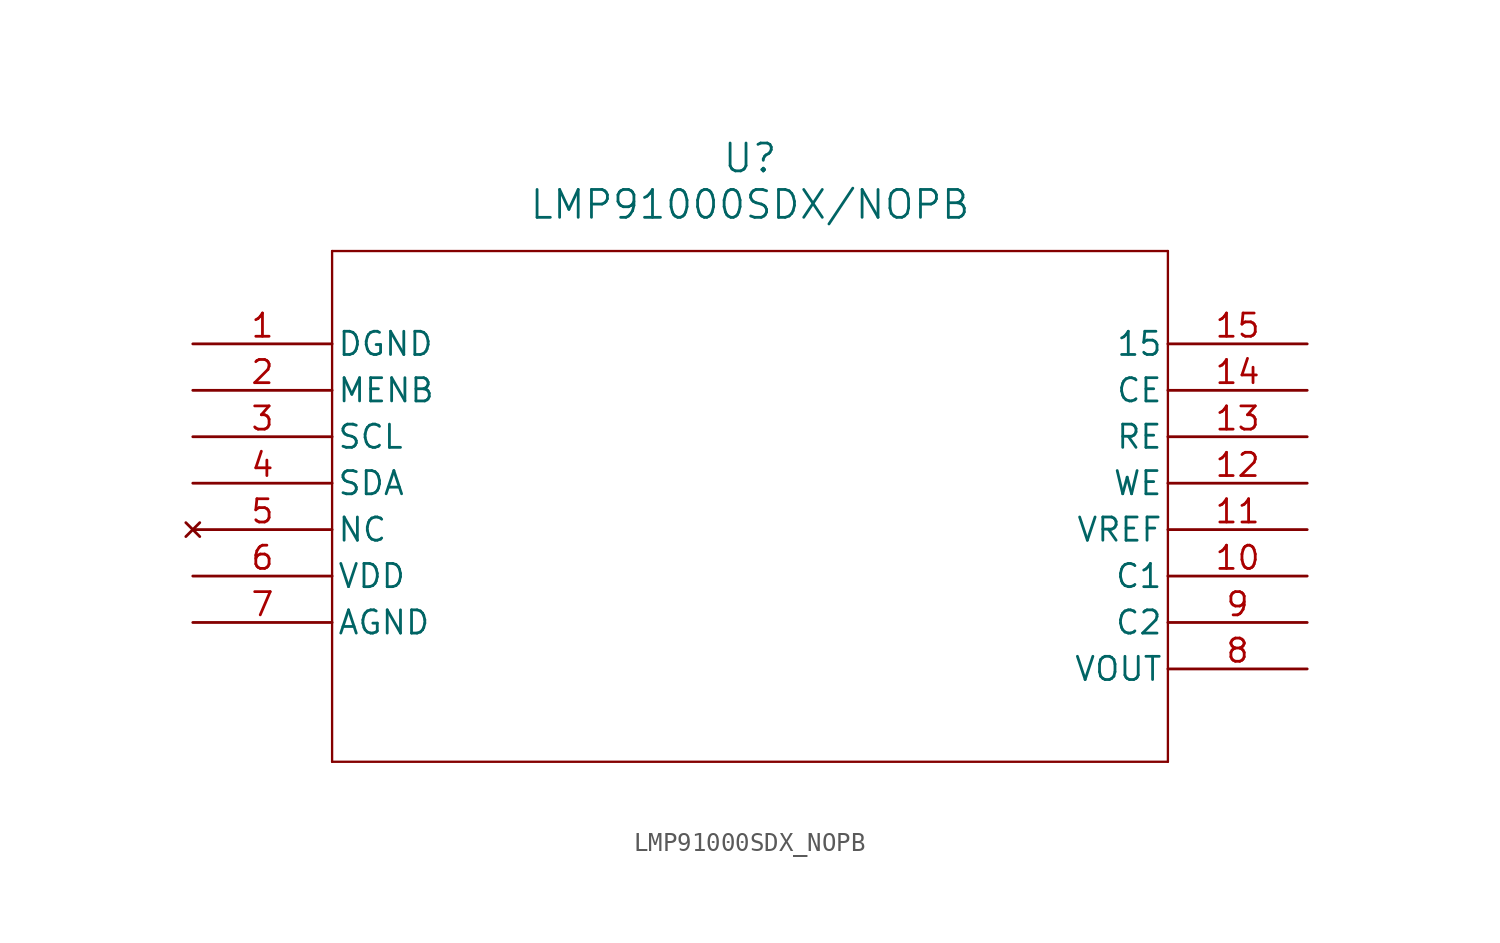
<source format=kicad_sym>
(kicad_symbol_lib
  (version 20211014)
  (generator kicad_symbol_editor)
  (symbol "LMP91000SDX_NOPB"
    (pin_names
      (offset 0.254))
    (property "Reference" "U"
      (at 30.48 10.16 0)
      (effects (font (size 1.524 1.524))))
    (property "Value" "LMP91000SDX/NOPB"
      (at 30.48 7.62 0)
      (effects (font (size 1.524 1.524))))
    (symbol "LMP91000SDX_NOPB_0_1"
      (polyline (pts (xy 7.62 5.08) (xy 7.62 -22.86)) (stroke (width 0.127) (type default) (color 0 0 0 0)) (fill (type none)))
      (polyline (pts (xy 7.62 -22.86) (xy 53.34 -22.86)) (stroke (width 0.127) (type default) (color 0 0 0 0)) (fill (type none)))
      (polyline (pts (xy 53.34 -22.86) (xy 53.34 5.08)) (stroke (width 0.127) (type default) (color 0 0 0 0)) (fill (type none)))
      (polyline (pts (xy 53.34 5.08) (xy 7.62 5.08)) (stroke (width 0.127) (type default) (color 0 0 0 0)) (fill (type none)))
      (pin power_in line (at 0 0 0) (length 7.62) (name "DGND" (effects (font (size 1.27 1.27)))) (number "1" (effects (font (size 1.27 1.27)))))
      (pin unspecified line (at 0 -2.54 0) (length 7.62) (name "MENB" (effects (font (size 1.27 1.27)))) (number "2" (effects (font (size 1.27 1.27)))))
      (pin unspecified line (at 0 -5.08 0) (length 7.62) (name "SCL" (effects (font (size 1.27 1.27)))) (number "3" (effects (font (size 1.27 1.27)))))
      (pin unspecified line (at 0 -7.62 0) (length 7.62) (name "SDA" (effects (font (size 1.27 1.27)))) (number "4" (effects (font (size 1.27 1.27)))))
      (pin no_connect line (at 0 -10.16 0) (length 7.62) (name "NC" (effects (font (size 1.27 1.27)))) (number "5" (effects (font (size 1.27 1.27)))))
      (pin power_in line (at 0 -12.7 0) (length 7.62) (name "VDD" (effects (font (size 1.27 1.27)))) (number "6" (effects (font (size 1.27 1.27)))))
      (pin power_in line (at 0 -15.24 0) (length 7.62) (name "AGND" (effects (font (size 1.27 1.27)))) (number "7" (effects (font (size 1.27 1.27)))))
      (pin output line (at 60.96 -17.78 180) (length 7.62) (name "VOUT" (effects (font (size 1.27 1.27)))) (number "8" (effects (font (size 1.27 1.27)))))
      (pin unspecified line (at 60.96 -15.24 180) (length 7.62) (name "C2" (effects (font (size 1.27 1.27)))) (number "9" (effects (font (size 1.27 1.27)))))
      (pin unspecified line (at 60.96 -12.7 180) (length 7.62) (name "C1" (effects (font (size 1.27 1.27)))) (number "10" (effects (font (size 1.27 1.27)))))
      (pin input line (at 60.96 -10.16 180) (length 7.62) (name "VREF" (effects (font (size 1.27 1.27)))) (number "11" (effects (font (size 1.27 1.27)))))
      (pin output line (at 60.96 -7.62 180) (length 7.62) (name "WE" (effects (font (size 1.27 1.27)))) (number "12" (effects (font (size 1.27 1.27)))))
      (pin input line (at 60.96 -5.08 180) (length 7.62) (name "RE" (effects (font (size 1.27 1.27)))) (number "13" (effects (font (size 1.27 1.27)))))
      (pin output line (at 60.96 -2.54 180) (length 7.62) (name "CE" (effects (font (size 1.27 1.27)))) (number "14" (effects (font (size 1.27 1.27)))))
      (pin unspecified line (at 60.96 0 180) (length 7.62) (name "15" (effects (font (size 1.27 1.27)))) (number "15" (effects (font (size 1.27 1.27))))))))
</source>
